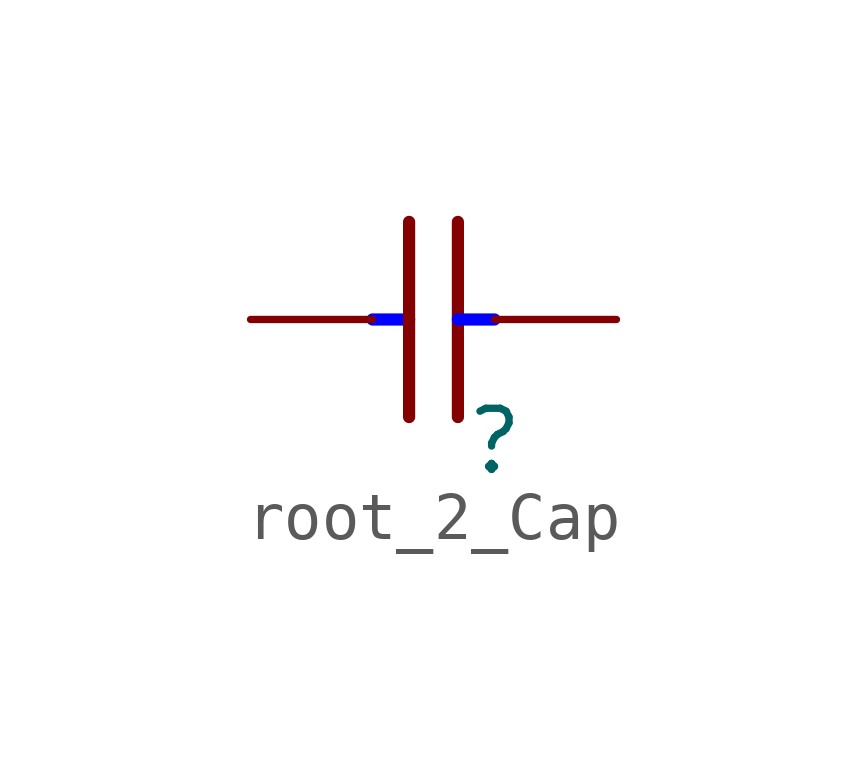
<source format=kicad_sym>
(kicad_symbol_lib
  (version 20220914)
  (generator kicad_symbol_editor)
  (symbol "root_2_Cap"
    (property "Reference" ""
      (at 0 0 0)
      (effects (font (size 1.27 1.27))))
    (property "Value" ""
      (at 0 0 0)
      (effects (font (size 1.27 1.27))))
    (symbol "root_2_Cap_1_0"
      (polyline (pts (xy -2.54 2.54) (xy -1.778 2.54)) (stroke (width 0.254) (type solid) (color 0 0 255 1)) (fill (type none)))
      (polyline (pts (xy -1.778 0.508) (xy -1.778 4.572)) (stroke (width 0.254) (type solid)) (fill (type none)))
      (polyline (pts (xy -0.762 4.572) (xy -0.762 0.508)) (stroke (width 0.254) (type solid)) (fill (type none)))
      (polyline (pts (xy 0 2.54) (xy -0.762 2.54)) (stroke (width 0.254) (type solid) (color 0 0 255 1)) (fill (type none)))
      (pin passive line (at 2.54 2.54 180) (length 2.54) (name "1" (effects (font (size 0 0)))) (number "1" (effects (font (size 0 0)))))
      (pin passive line (at -5.08 2.54 0) (length 2.54) (name "2" (effects (font (size 0 0)))) (number "2" (effects (font (size 0 0))))))))
</source>
